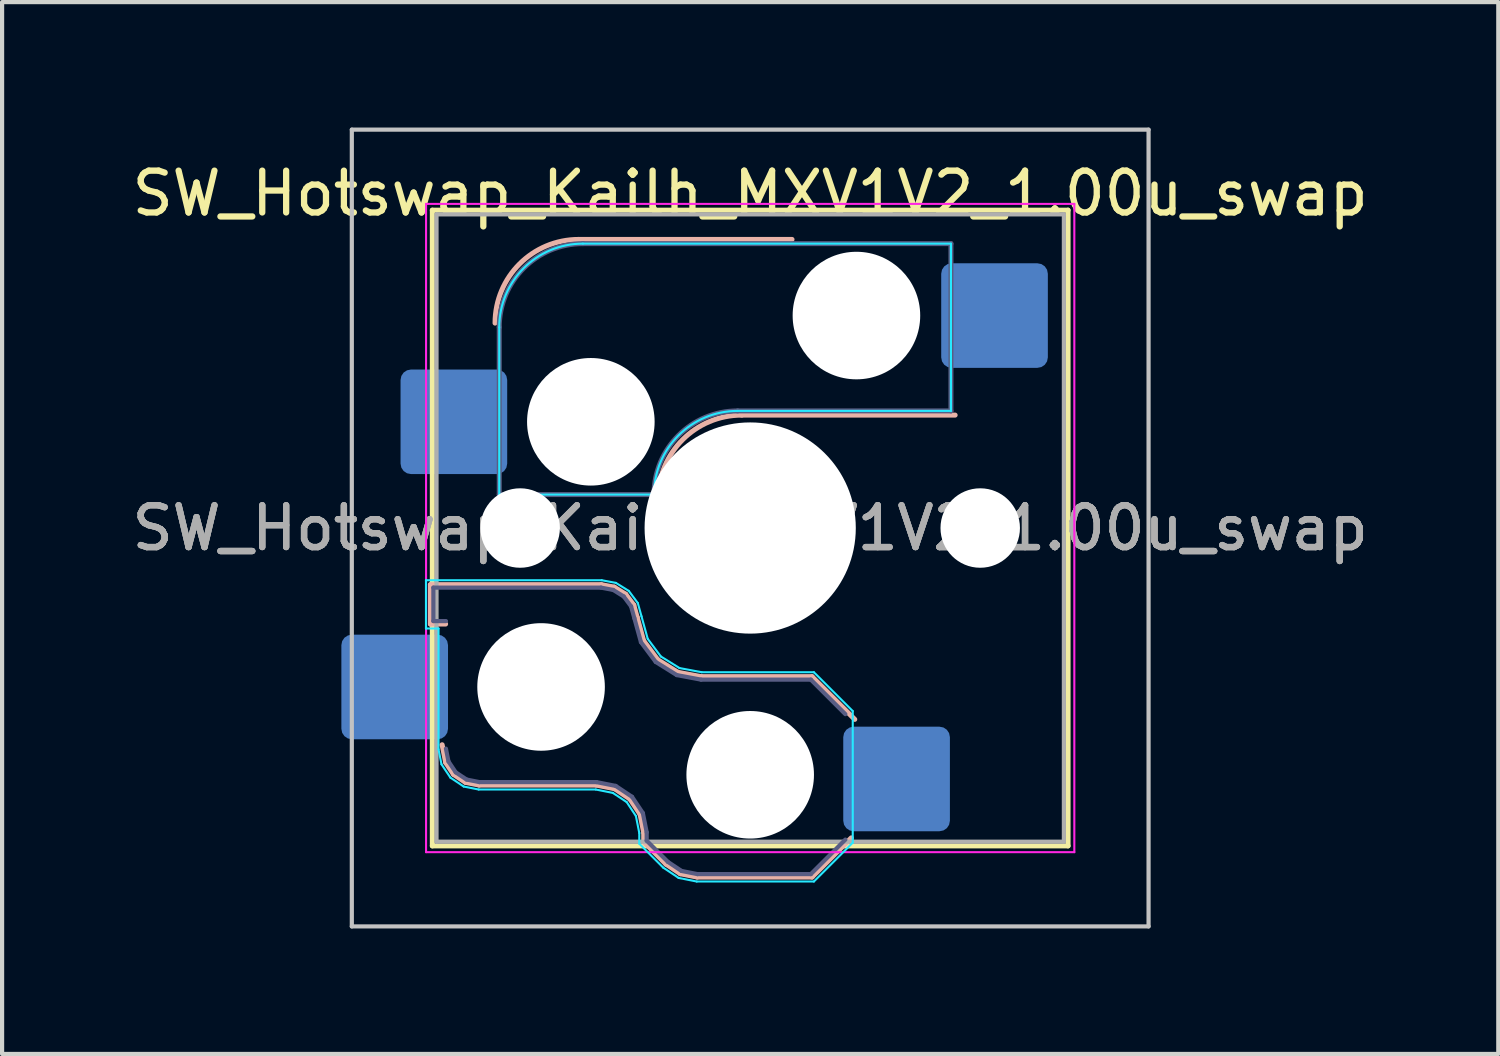
<source format=kicad_pcb>
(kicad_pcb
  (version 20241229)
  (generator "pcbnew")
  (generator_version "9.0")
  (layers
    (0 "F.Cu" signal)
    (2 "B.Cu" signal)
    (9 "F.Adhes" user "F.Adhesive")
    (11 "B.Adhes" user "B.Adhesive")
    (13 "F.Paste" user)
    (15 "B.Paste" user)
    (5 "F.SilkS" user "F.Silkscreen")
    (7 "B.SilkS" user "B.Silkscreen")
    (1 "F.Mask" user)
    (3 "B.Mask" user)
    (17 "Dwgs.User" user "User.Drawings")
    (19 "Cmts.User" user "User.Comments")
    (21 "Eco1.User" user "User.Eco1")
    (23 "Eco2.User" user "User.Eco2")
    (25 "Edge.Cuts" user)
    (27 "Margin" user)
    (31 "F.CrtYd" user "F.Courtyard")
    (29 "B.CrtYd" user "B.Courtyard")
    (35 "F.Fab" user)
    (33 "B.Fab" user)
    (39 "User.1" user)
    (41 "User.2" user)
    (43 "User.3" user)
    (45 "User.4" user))
  (footprint "SW_Hotswap_Kailh_MXV1V2_1.00u_swap"
    (layer "F.Cu")
    (at 14.887 9.575)
    (property "Reference" "SW_Hotswap_Kailh_MXV1V2_1.00u_swap" (at 0 -8 0) (layer "F.SilkS") (effects (font (size 1 1) (thickness 0.15))))
    (attr smd)
    (fp_line (start -7.6 -7.6) (end -7.6 7.6) (stroke (width 0.12) (type solid)) (layer "F.SilkS"))
    (fp_line (start -7.6 7.6) (end 7.6 7.6) (stroke (width 0.12) (type solid)) (layer "F.SilkS"))
    (fp_line (start 7.6 -7.6) (end -7.6 -7.6) (stroke (width 0.12) (type solid)) (layer "F.SilkS"))
    (fp_line (start 7.6 7.6) (end 7.6 -7.6) (stroke (width 0.12) (type solid)) (layer "F.SilkS"))
    (fp_line (start -7.646 1.354) (end -3.56 1.354) (stroke (width 0.12) (type solid)) (layer "B.SilkS"))
    (fp_line (start -7.646 2.296) (end -7.646 1.354) (stroke (width 0.12) (type solid)) (layer "B.SilkS"))
    (fp_line (start -7.283 2.296) (end -7.646 2.296) (stroke (width 0.12) (type solid)) (layer "B.SilkS"))
    (fp_line (start -7.281 5.609) (end -7.366 5.182) (stroke (width 0.12) (type solid)) (layer "B.SilkS"))
    (fp_line (start -7.092 5.892) (end -7.281 5.609) (stroke (width 0.12) (type solid)) (layer "B.SilkS"))
    (fp_line (start -6.809 6.081) (end -7.092 5.892) (stroke (width 0.12) (type solid)) (layer "B.SilkS"))
    (fp_line (start -6.482 6.146) (end -6.809 6.081) (stroke (width 0.12) (type solid)) (layer "B.SilkS"))
    (fp_line (start -4.1 -6.9) (end 1 -6.9) (stroke (width 0.12) (type solid)) (layer "B.SilkS"))
    (fp_line (start -3.682 6.146) (end -6.482 6.146) (stroke (width 0.12) (type solid)) (layer "B.SilkS"))
    (fp_line (start -3.56 1.354) (end -3.25 1.413) (stroke (width 0.12) (type solid)) (layer "B.SilkS"))
    (fp_line (start -3.25 1.413) (end -2.976 1.583) (stroke (width 0.12) (type solid)) (layer "B.SilkS"))
    (fp_line (start -3.244 6.233) (end -3.682 6.146) (stroke (width 0.12) (type solid)) (layer "B.SilkS"))
    (fp_line (start -2.976 1.583) (end -2.783 1.841) (stroke (width 0.12) (type solid)) (layer "B.SilkS"))
    (fp_line (start -2.877 6.477) (end -3.244 6.233) (stroke (width 0.12) (type solid)) (layer "B.SilkS"))
    (fp_line (start -2.783 1.841) (end -2.701 2.139) (stroke (width 0.12) (type solid)) (layer "B.SilkS"))
    (fp_line (start -2.701 2.139) (end -2.547 2.697) (stroke (width 0.12) (type solid)) (layer "B.SilkS"))
    (fp_line (start -2.633 6.844) (end -2.877 6.477) (stroke (width 0.12) (type solid)) (layer "B.SilkS"))
    (fp_line (start -2.547 2.697) (end -2.209 3.15) (stroke (width 0.12) (type solid)) (layer "B.SilkS"))
    (fp_line (start -2.546 7.282) (end -2.633 6.844) (stroke (width 0.12) (type solid)) (layer "B.SilkS"))
    (fp_line (start -2.546 7.504) (end -2.546 7.282) (stroke (width 0.12) (type solid)) (layer "B.SilkS"))
    (fp_line (start -2.209 3.15) (end -1.73 3.449) (stroke (width 0.12) (type solid)) (layer "B.SilkS"))
    (fp_line (start -2.013 8.037) (end -2.546 7.504) (stroke (width 0.12) (type solid)) (layer "B.SilkS"))
    (fp_line (start -1.73 3.449) (end -1.168 3.554) (stroke (width 0.12) (type solid)) (layer "B.SilkS"))
    (fp_line (start -1.671 8.266) (end -2.013 8.037) (stroke (width 0.12) (type solid)) (layer "B.SilkS"))
    (fp_line (start -1.268 8.346) (end -1.671 8.266) (stroke (width 0.12) (type solid)) (layer "B.SilkS"))
    (fp_line (start -1.168 3.554) (end 1.479 3.554) (stroke (width 0.12) (type solid)) (layer "B.SilkS"))
    (fp_line (start -0.2 -2.7) (end 4.9 -2.7) (stroke (width 0.12) (type solid)) (layer "B.SilkS"))
    (fp_line (start 1.479 3.554) (end 2.5 4.575) (stroke (width 0.12) (type solid)) (layer "B.SilkS"))
    (fp_line (start 1.479 8.346) (end -1.268 8.346) (stroke (width 0.12) (type solid)) (layer "B.SilkS"))
    (fp_line (start 2.416 7.409) (end 1.479 8.346) (stroke (width 0.12) (type solid)) (layer "B.SilkS"))
    (fp_arc (start -6.1 -4.9) (mid -5.514214 -6.314214) (end -4.1 -6.9) (stroke (width 0.12) (type solid)) (layer "B.SilkS"))
    (fp_arc (start -2.2 -0.7) (mid -1.614214 -2.114214) (end -0.2 -2.7) (stroke (width 0.12) (type solid)) (layer "B.SilkS"))
    (fp_line (start -9.525 -9.525) (end -9.525 9.525) (stroke (width 0.1) (type solid)) (layer "Dwgs.User"))
    (fp_line (start -9.525 9.525) (end 9.525 9.525) (stroke (width 0.1) (type solid)) (layer "Dwgs.User"))
    (fp_line (start 9.525 -9.525) (end -9.525 -9.525) (stroke (width 0.1) (type solid)) (layer "Dwgs.User"))
    (fp_line (start 9.525 9.525) (end 9.525 -9.525) (stroke (width 0.1) (type solid)) (layer "Dwgs.User"))
    (fp_line (start -7.752 1.248) (end -3.55 1.248) (stroke (width 0.05) (type solid)) (layer "B.CrtYd"))
    (fp_line (start -7.752 2.402) (end -7.752 1.248) (stroke (width 0.05) (type solid)) (layer "B.CrtYd"))
    (fp_line (start -7.452 2.402) (end -7.752 2.402) (stroke (width 0.05) (type solid)) (layer "B.CrtYd"))
    (fp_line (start -7.452 5.292) (end -7.452 2.402) (stroke (width 0.05) (type solid)) (layer "B.CrtYd"))
    (fp_line (start -7.381 5.65) (end -7.452 5.292) (stroke (width 0.05) (type solid)) (layer "B.CrtYd"))
    (fp_line (start -7.168 5.968) (end -7.381 5.65) (stroke (width 0.05) (type solid)) (layer "B.CrtYd"))
    (fp_line (start -6.85 6.181) (end -7.168 5.968) (stroke (width 0.05) (type solid)) (layer "B.CrtYd"))
    (fp_line (start -6.492 6.252) (end -6.85 6.181) (stroke (width 0.05) (type solid)) (layer "B.CrtYd"))
    (fp_line (start -6 -0.8) (end -6 -4.8) (stroke (width 0.05) (type solid)) (layer "B.CrtYd"))
    (fp_line (start -6 -0.8) (end -2.3 -0.8) (stroke (width 0.05) (type solid)) (layer "B.CrtYd"))
    (fp_line (start -4 -6.8) (end 4.8 -6.8) (stroke (width 0.05) (type solid)) (layer "B.CrtYd"))
    (fp_line (start -3.692 6.252) (end -6.492 6.252) (stroke (width 0.05) (type solid)) (layer "B.CrtYd"))
    (fp_line (start -3.55 1.248) (end -3.211 1.312) (stroke (width 0.05) (type solid)) (layer "B.CrtYd"))
    (fp_line (start -3.285 6.333) (end -3.692 6.252) (stroke (width 0.05) (type solid)) (layer "B.CrtYd"))
    (fp_line (start -3.211 1.312) (end -2.903 1.503) (stroke (width 0.05) (type solid)) (layer "B.CrtYd"))
    (fp_line (start -2.953 6.553) (end -3.285 6.333) (stroke (width 0.05) (type solid)) (layer "B.CrtYd"))
    (fp_line (start -2.903 1.503) (end -2.687 1.794) (stroke (width 0.05) (type solid)) (layer "B.CrtYd"))
    (fp_line (start -2.733 6.885) (end -2.953 6.553) (stroke (width 0.05) (type solid)) (layer "B.CrtYd"))
    (fp_line (start -2.687 1.794) (end -2.599 2.111) (stroke (width 0.05) (type solid)) (layer "B.CrtYd"))
    (fp_line (start -2.652 7.292) (end -2.733 6.885) (stroke (width 0.05) (type solid)) (layer "B.CrtYd"))
    (fp_line (start -2.652 7.548) (end -2.652 7.292) (stroke (width 0.05) (type solid)) (layer "B.CrtYd"))
    (fp_line (start -2.599 2.111) (end -2.45 2.65) (stroke (width 0.05) (type solid)) (layer "B.CrtYd"))
    (fp_line (start -2.45 2.65) (end -2.136 3.071) (stroke (width 0.05) (type solid)) (layer "B.CrtYd"))
    (fp_line (start -2.136 3.071) (end -1.691 3.348) (stroke (width 0.05) (type solid)) (layer "B.CrtYd"))
    (fp_line (start -2.081 8.119) (end -2.652 7.548) (stroke (width 0.05) (type solid)) (layer "B.CrtYd"))
    (fp_line (start -1.712 8.366) (end -2.081 8.119) (stroke (width 0.05) (type solid)) (layer "B.CrtYd"))
    (fp_line (start -1.691 3.348) (end -1.159 3.448) (stroke (width 0.05) (type solid)) (layer "B.CrtYd"))
    (fp_line (start -1.278 8.452) (end -1.712 8.366) (stroke (width 0.05) (type solid)) (layer "B.CrtYd"))
    (fp_line (start -1.159 3.448) (end 1.523 3.448) (stroke (width 0.05) (type solid)) (layer "B.CrtYd"))
    (fp_line (start -0.3 -2.8) (end 4.8 -2.8) (stroke (width 0.05) (type solid)) (layer "B.CrtYd"))
    (fp_line (start 1.523 3.448) (end 2.452 4.377) (stroke (width 0.05) (type solid)) (layer "B.CrtYd"))
    (fp_line (start 1.523 8.452) (end -1.278 8.452) (stroke (width 0.05) (type solid)) (layer "B.CrtYd"))
    (fp_line (start 2.452 4.377) (end 2.452 7.523) (stroke (width 0.05) (type solid)) (layer "B.CrtYd"))
    (fp_line (start 2.452 7.523) (end 1.523 8.452) (stroke (width 0.05) (type solid)) (layer "B.CrtYd"))
    (fp_line (start 4.8 -6.8) (end 4.8 -2.8) (stroke (width 0.05) (type solid)) (layer "B.CrtYd"))
    (fp_arc (start -6 -4.8) (mid -5.414214 -6.214214) (end -4 -6.8) (stroke (width 0.05) (type solid)) (layer "B.CrtYd"))
    (fp_arc (start -2.3 -0.8) (mid -1.714214 -2.214214) (end -0.3 -2.8) (stroke (width 0.05) (type solid)) (layer "B.CrtYd"))
    (fp_line (start -7.75 -7.75) (end -7.75 7.75) (stroke (width 0.05) (type solid)) (layer "F.CrtYd"))
    (fp_line (start -7.75 7.75) (end 7.75 7.75) (stroke (width 0.05) (type solid)) (layer "F.CrtYd"))
    (fp_line (start 7.75 -7.75) (end -7.75 -7.75) (stroke (width 0.05) (type solid)) (layer "F.CrtYd"))
    (fp_line (start 7.75 7.75) (end 7.75 -7.75) (stroke (width 0.05) (type solid)) (layer "F.CrtYd"))
    (fp_line (start -7.575 1.425) (end -3.567 1.425) (stroke (width 0.1) (type solid)) (layer "B.Fab"))
    (fp_line (start -7.575 2.225) (end -7.575 1.425) (stroke (width 0.1) (type solid)) (layer "B.Fab"))
    (fp_line (start -7.275 2.225) (end -7.575 2.225) (stroke (width 0.1) (type solid)) (layer "B.Fab"))
    (fp_line (start -7.214 5.581) (end -7.275 5.275) (stroke (width 0.1) (type solid)) (layer "B.Fab"))
    (fp_line (start -7.041 5.841) (end -7.214 5.581) (stroke (width 0.1) (type solid)) (layer "B.Fab"))
    (fp_line (start -6.781 6.014) (end -7.041 5.841) (stroke (width 0.1) (type solid)) (layer "B.Fab"))
    (fp_line (start -6.475 6.075) (end -6.781 6.014) (stroke (width 0.1) (type solid)) (layer "B.Fab"))
    (fp_line (start -6 -0.8) (end -6 -4.8) (stroke (width 0.12) (type solid)) (layer "B.Fab"))
    (fp_line (start -6 -0.8) (end -2.3 -0.8) (stroke (width 0.12) (type solid)) (layer "B.Fab"))
    (fp_line (start -4 -6.8) (end 4.8 -6.8) (stroke (width 0.12) (type solid)) (layer "B.Fab"))
    (fp_line (start -3.675 6.075) (end -6.475 6.075) (stroke (width 0.1) (type solid)) (layer "B.Fab"))
    (fp_line (start -3.567 1.425) (end -3.276 1.48) (stroke (width 0.1) (type solid)) (layer "B.Fab"))
    (fp_line (start -3.276 1.48) (end -3.025 1.636) (stroke (width 0.1) (type solid)) (layer "B.Fab"))
    (fp_line (start -3.216 6.166) (end -3.675 6.075) (stroke (width 0.1) (type solid)) (layer "B.Fab"))
    (fp_line (start -3.025 1.636) (end -2.848 1.873) (stroke (width 0.1) (type solid)) (layer "B.Fab"))
    (fp_line (start -2.848 1.873) (end -2.769 2.158) (stroke (width 0.1) (type solid)) (layer "B.Fab"))
    (fp_line (start -2.826 6.426) (end -3.216 6.166) (stroke (width 0.1) (type solid)) (layer "B.Fab"))
    (fp_line (start -2.769 2.158) (end -2.612 2.729) (stroke (width 0.1) (type solid)) (layer "B.Fab"))
    (fp_line (start -2.612 2.729) (end -2.258 3.203) (stroke (width 0.1) (type solid)) (layer "B.Fab"))
    (fp_line (start -2.566 6.816) (end -2.826 6.426) (stroke (width 0.1) (type solid)) (layer "B.Fab"))
    (fp_line (start -2.475 7.275) (end -2.566 6.816) (stroke (width 0.1) (type solid)) (layer "B.Fab"))
    (fp_line (start -2.475 7.475) (end -2.475 7.275) (stroke (width 0.1) (type solid)) (layer "B.Fab"))
    (fp_line (start -2.258 3.203) (end -1.756 3.516) (stroke (width 0.1) (type solid)) (layer "B.Fab"))
    (fp_line (start -1.968 7.982) (end -2.475 7.475) (stroke (width 0.1) (type solid)) (layer "B.Fab"))
    (fp_line (start -1.756 3.516) (end -1.175 3.625) (stroke (width 0.1) (type solid)) (layer "B.Fab"))
    (fp_line (start -1.643 8.199) (end -1.968 7.982) (stroke (width 0.1) (type solid)) (layer "B.Fab"))
    (fp_line (start -1.261 8.275) (end -1.643 8.199) (stroke (width 0.1) (type solid)) (layer "B.Fab"))
    (fp_line (start -1.175 3.625) (end 1.45 3.625) (stroke (width 0.1) (type solid)) (layer "B.Fab"))
    (fp_line (start -0.3 -2.8) (end 4.8 -2.8) (stroke (width 0.12) (type solid)) (layer "B.Fab"))
    (fp_line (start 1.45 3.625) (end 2.275 4.45) (stroke (width 0.1) (type solid)) (layer "B.Fab"))
    (fp_line (start 1.45 8.275) (end -1.261 8.275) (stroke (width 0.1) (type solid)) (layer "B.Fab"))
    (fp_line (start 2.275 7.45) (end 1.45 8.275) (stroke (width 0.1) (type solid)) (layer "B.Fab"))
    (fp_line (start 4.8 -6.8) (end 4.8 -2.8) (stroke (width 0.12) (type solid)) (layer "B.Fab"))
    (fp_arc (start -6 -4.8) (mid -5.414214 -6.214214) (end -4 -6.8) (stroke (width 0.12) (type solid)) (layer "B.Fab"))
    (fp_arc (start -2.3 -0.8) (mid -1.714214 -2.214214) (end -0.3 -2.8) (stroke (width 0.12) (type solid)) (layer "B.Fab"))
    (fp_line (start -7.5 -7.5) (end -7.5 7.5) (stroke (width 0.1) (type solid)) (layer "F.Fab"))
    (fp_line (start -7.5 7.5) (end 7.5 7.5) (stroke (width 0.1) (type solid)) (layer "F.Fab"))
    (fp_line (start 7.5 -7.5) (end -7.5 -7.5) (stroke (width 0.1) (type solid)) (layer "F.Fab"))
    (fp_line (start 7.5 7.5) (end 7.5 -7.5) (stroke (width 0.1) (type solid)) (layer "F.Fab"))
    (fp_text user "${REFERENCE}" (at 0 0 0) (layer "F.Fab") (effects (font (size 1 1) (thickness 0.15))))
    (fp_text user "${REFERENCE}" (at 0 0 180) (layer "F.Fab") (effects (font (size 1 1) (thickness 0.15))))
    (fp_text user "${REFERENCE}" (at 0 0 180) (layer "F.Fab") (effects (font (size 1 1) (thickness 0.15))))
    (pad "" np_thru_hole circle (at -5.5 0 180) (size 1.9 1.9) (drill 1.9) (layers "*.Cu" "*.Mask"))
    (pad "" np_thru_hole circle (at -5 3.8 180) (size 3.05 3.05) (drill 3.05) (layers "*.Cu" "*.Mask"))
    (pad "" np_thru_hole circle (at -3.81 -2.54) (size 3.05 3.05) (drill 3.05) (layers "*.Cu" "*.Mask"))
    (pad "" np_thru_hole circle (at 0 0 180) (size 5.05 5.05) (drill 5.05) (layers "*.Cu" "*.Mask"))
    (pad "" np_thru_hole circle (at 0 5.9 180) (size 3.05 3.05) (drill 3.05) (layers "*.Cu" "*.Mask"))
    (pad "" np_thru_hole circle (at 2.54 -5.08) (size 3.05 3.05) (drill 3.05) (layers "*.Cu" "*.Mask"))
    (pad "" np_thru_hole circle (at 5.5 0 180) (size 1.9 1.9) (drill 1.9) (layers "*.Cu" "*.Mask"))
    (pad "1" smd roundrect (at -8.5 3.8 180) (size 2.55 2.5) (layers "B.Cu" "B.Mask" "B.Paste") (roundrect_rratio 0.1))
    (pad "1" smd roundrect (at -7.085 -2.54) (size 2.55 2.5) (layers "B.Cu" "B.Mask" "B.Paste") (roundrect_rratio 0.1))
    (pad "2" smd roundrect (at 3.5 6 180) (size 2.55 2.5) (layers "B.Cu" "B.Mask" "B.Paste") (roundrect_rratio 0.1))
    (pad "2" smd roundrect (at 5.842 -5.08) (size 2.55 2.5) (layers "B.Cu" "B.Mask" "B.Paste") (roundrect_rratio 0.1)))
  (gr_rect
    (start -3 -3)
    (end 32.774 22.15)
    (stroke (width 0.1) (type default))
    (fill no)
    (layer "Edge.Cuts")))
</source>
